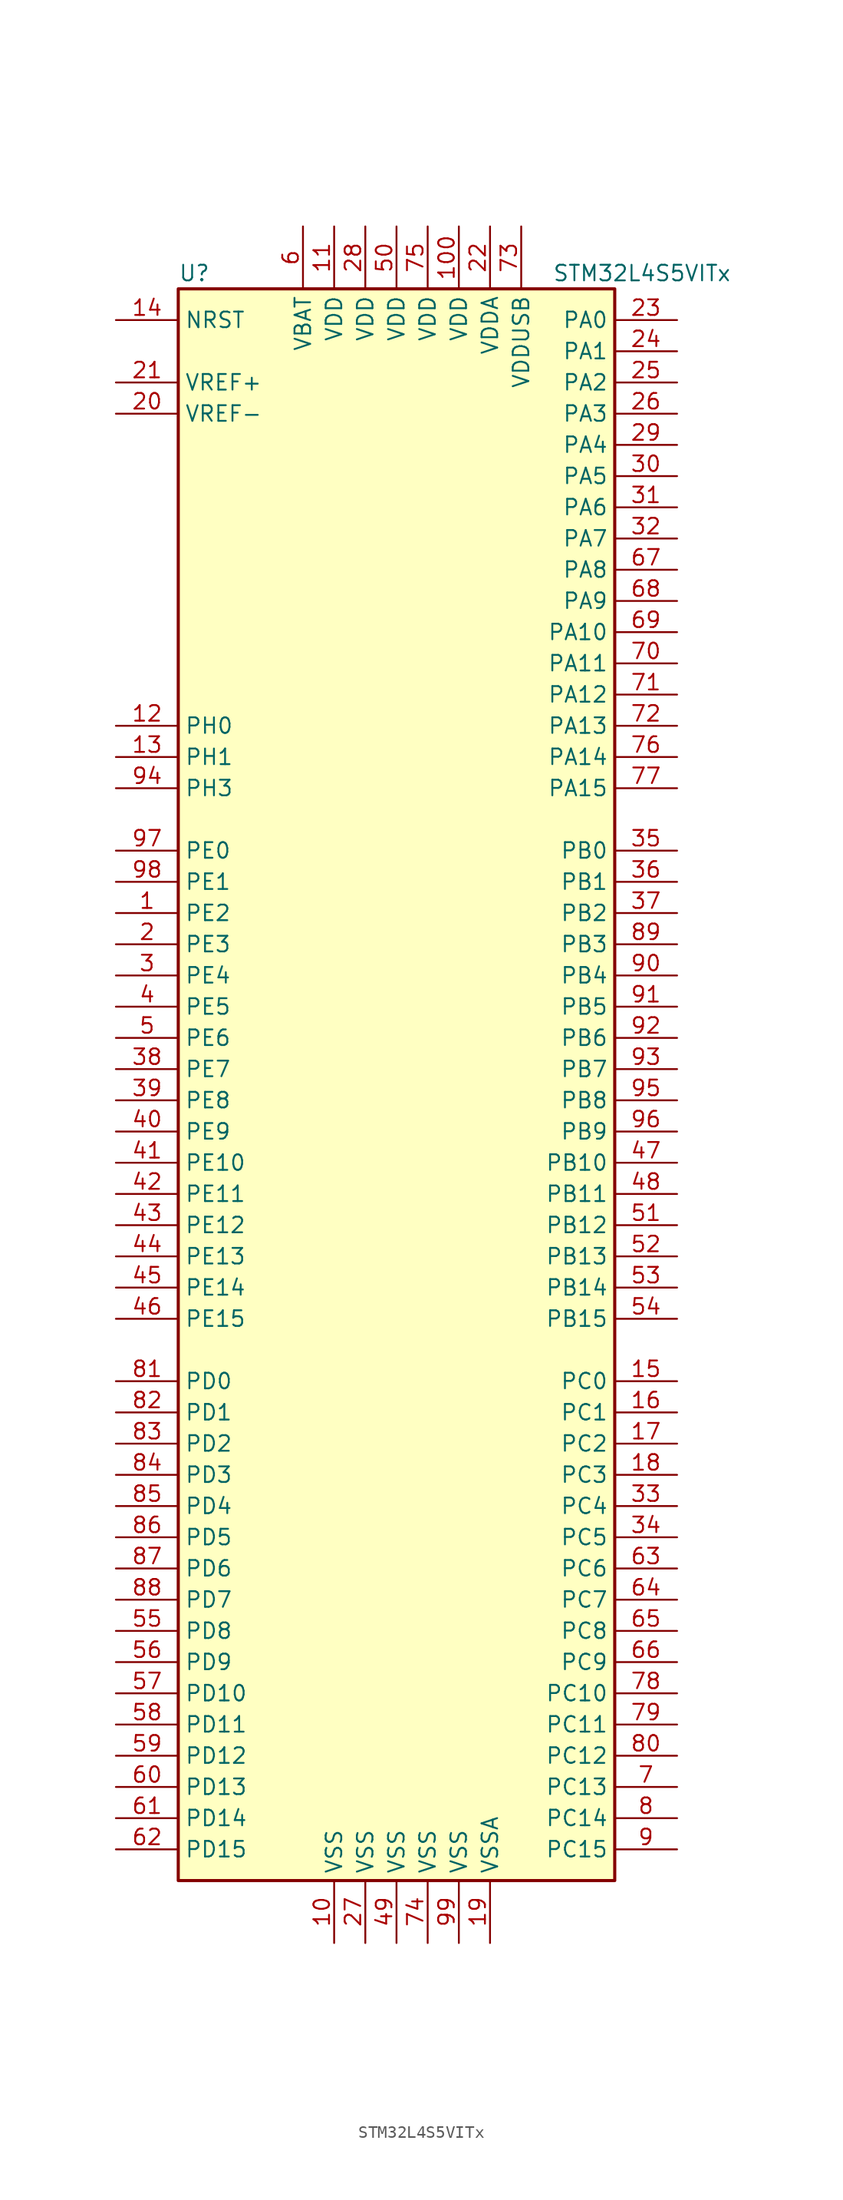
<source format=kicad_sym>
(kicad_symbol_lib
  (version 20220914)
  (generator kicad_symbol_editor)
  (symbol "STM32L4S5VITx"
    (property "Reference" "U"
      (at -17.78 64.77 0)
      (effects (font (size 1.27 1.27)) (justify left)))
    (property "Value" "STM32L4S5VITx"
      (at 12.7 64.77 0)
      (effects (font (size 1.27 1.27)) (justify left)))
    (symbol "STM32L4S5VITx_0_1"
      (rectangle (start -17.78 -66.04) (end 17.78 63.5) (stroke (width 0.254) (type default)) (fill (type background))))
    (symbol "STM32L4S5VITx_1_1"
      (pin bidirectional line (at -22.86 12.7 0) (length 5.08) (name "PE2" (effects (font (size 1.27 1.27)))) (number "1" (effects (font (size 1.27 1.27)))))
      (pin power_in line (at -5.08 -71.12 90) (length 5.08) (name "VSS" (effects (font (size 1.27 1.27)))) (number "10" (effects (font (size 1.27 1.27)))))
      (pin power_in line (at 5.08 68.58 270) (length 5.08) (name "VDD" (effects (font (size 1.27 1.27)))) (number "100" (effects (font (size 1.27 1.27)))))
      (pin power_in line (at -5.08 68.58 270) (length 5.08) (name "VDD" (effects (font (size 1.27 1.27)))) (number "11" (effects (font (size 1.27 1.27)))))
      (pin input line (at -22.86 27.94 0) (length 5.08) (name "PH0" (effects (font (size 1.27 1.27)))) (number "12" (effects (font (size 1.27 1.27)))))
      (pin input line (at -22.86 25.4 0) (length 5.08) (name "PH1" (effects (font (size 1.27 1.27)))) (number "13" (effects (font (size 1.27 1.27)))))
      (pin input line (at -22.86 60.96 0) (length 5.08) (name "NRST" (effects (font (size 1.27 1.27)))) (number "14" (effects (font (size 1.27 1.27)))))
      (pin bidirectional line (at 22.86 -25.4 180) (length 5.08) (name "PC0" (effects (font (size 1.27 1.27)))) (number "15" (effects (font (size 1.27 1.27)))))
      (pin bidirectional line (at 22.86 -27.94 180) (length 5.08) (name "PC1" (effects (font (size 1.27 1.27)))) (number "16" (effects (font (size 1.27 1.27)))))
      (pin bidirectional line (at 22.86 -30.48 180) (length 5.08) (name "PC2" (effects (font (size 1.27 1.27)))) (number "17" (effects (font (size 1.27 1.27)))))
      (pin bidirectional line (at 22.86 -33.02 180) (length 5.08) (name "PC3" (effects (font (size 1.27 1.27)))) (number "18" (effects (font (size 1.27 1.27)))))
      (pin power_in line (at 7.62 -71.12 90) (length 5.08) (name "VSSA" (effects (font (size 1.27 1.27)))) (number "19" (effects (font (size 1.27 1.27)))))
      (pin bidirectional line (at -22.86 10.16 0) (length 5.08) (name "PE3" (effects (font (size 1.27 1.27)))) (number "2" (effects (font (size 1.27 1.27)))))
      (pin power_in line (at -22.86 53.34 0) (length 5.08) (name "VREF-" (effects (font (size 1.27 1.27)))) (number "20" (effects (font (size 1.27 1.27)))))
      (pin bidirectional line (at -22.86 55.88 0) (length 5.08) (name "VREF+" (effects (font (size 1.27 1.27)))) (number "21" (effects (font (size 1.27 1.27)))))
      (pin power_in line (at 7.62 68.58 270) (length 5.08) (name "VDDA" (effects (font (size 1.27 1.27)))) (number "22" (effects (font (size 1.27 1.27)))))
      (pin bidirectional line (at 22.86 60.96 180) (length 5.08) (name "PA0" (effects (font (size 1.27 1.27)))) (number "23" (effects (font (size 1.27 1.27)))))
      (pin bidirectional line (at 22.86 58.42 180) (length 5.08) (name "PA1" (effects (font (size 1.27 1.27)))) (number "24" (effects (font (size 1.27 1.27)))))
      (pin bidirectional line (at 22.86 55.88 180) (length 5.08) (name "PA2" (effects (font (size 1.27 1.27)))) (number "25" (effects (font (size 1.27 1.27)))))
      (pin bidirectional line (at 22.86 53.34 180) (length 5.08) (name "PA3" (effects (font (size 1.27 1.27)))) (number "26" (effects (font (size 1.27 1.27)))))
      (pin power_in line (at -2.54 -71.12 90) (length 5.08) (name "VSS" (effects (font (size 1.27 1.27)))) (number "27" (effects (font (size 1.27 1.27)))))
      (pin power_in line (at -2.54 68.58 270) (length 5.08) (name "VDD" (effects (font (size 1.27 1.27)))) (number "28" (effects (font (size 1.27 1.27)))))
      (pin bidirectional line (at 22.86 50.8 180) (length 5.08) (name "PA4" (effects (font (size 1.27 1.27)))) (number "29" (effects (font (size 1.27 1.27)))))
      (pin bidirectional line (at -22.86 7.62 0) (length 5.08) (name "PE4" (effects (font (size 1.27 1.27)))) (number "3" (effects (font (size 1.27 1.27)))))
      (pin bidirectional line (at 22.86 48.26 180) (length 5.08) (name "PA5" (effects (font (size 1.27 1.27)))) (number "30" (effects (font (size 1.27 1.27)))))
      (pin bidirectional line (at 22.86 45.72 180) (length 5.08) (name "PA6" (effects (font (size 1.27 1.27)))) (number "31" (effects (font (size 1.27 1.27)))))
      (pin bidirectional line (at 22.86 43.18 180) (length 5.08) (name "PA7" (effects (font (size 1.27 1.27)))) (number "32" (effects (font (size 1.27 1.27)))))
      (pin bidirectional line (at 22.86 -35.56 180) (length 5.08) (name "PC4" (effects (font (size 1.27 1.27)))) (number "33" (effects (font (size 1.27 1.27)))))
      (pin bidirectional line (at 22.86 -38.1 180) (length 5.08) (name "PC5" (effects (font (size 1.27 1.27)))) (number "34" (effects (font (size 1.27 1.27)))))
      (pin bidirectional line (at 22.86 17.78 180) (length 5.08) (name "PB0" (effects (font (size 1.27 1.27)))) (number "35" (effects (font (size 1.27 1.27)))))
      (pin bidirectional line (at 22.86 15.24 180) (length 5.08) (name "PB1" (effects (font (size 1.27 1.27)))) (number "36" (effects (font (size 1.27 1.27)))))
      (pin bidirectional line (at 22.86 12.7 180) (length 5.08) (name "PB2" (effects (font (size 1.27 1.27)))) (number "37" (effects (font (size 1.27 1.27)))))
      (pin bidirectional line (at -22.86 0 0) (length 5.08) (name "PE7" (effects (font (size 1.27 1.27)))) (number "38" (effects (font (size 1.27 1.27)))))
      (pin bidirectional line (at -22.86 -2.54 0) (length 5.08) (name "PE8" (effects (font (size 1.27 1.27)))) (number "39" (effects (font (size 1.27 1.27)))))
      (pin bidirectional line (at -22.86 5.08 0) (length 5.08) (name "PE5" (effects (font (size 1.27 1.27)))) (number "4" (effects (font (size 1.27 1.27)))))
      (pin bidirectional line (at -22.86 -5.08 0) (length 5.08) (name "PE9" (effects (font (size 1.27 1.27)))) (number "40" (effects (font (size 1.27 1.27)))))
      (pin bidirectional line (at -22.86 -7.62 0) (length 5.08) (name "PE10" (effects (font (size 1.27 1.27)))) (number "41" (effects (font (size 1.27 1.27)))))
      (pin bidirectional line (at -22.86 -10.16 0) (length 5.08) (name "PE11" (effects (font (size 1.27 1.27)))) (number "42" (effects (font (size 1.27 1.27)))))
      (pin bidirectional line (at -22.86 -12.7 0) (length 5.08) (name "PE12" (effects (font (size 1.27 1.27)))) (number "43" (effects (font (size 1.27 1.27)))))
      (pin bidirectional line (at -22.86 -15.24 0) (length 5.08) (name "PE13" (effects (font (size 1.27 1.27)))) (number "44" (effects (font (size 1.27 1.27)))))
      (pin bidirectional line (at -22.86 -17.78 0) (length 5.08) (name "PE14" (effects (font (size 1.27 1.27)))) (number "45" (effects (font (size 1.27 1.27)))))
      (pin bidirectional line (at -22.86 -20.32 0) (length 5.08) (name "PE15" (effects (font (size 1.27 1.27)))) (number "46" (effects (font (size 1.27 1.27)))))
      (pin bidirectional line (at 22.86 -7.62 180) (length 5.08) (name "PB10" (effects (font (size 1.27 1.27)))) (number "47" (effects (font (size 1.27 1.27)))))
      (pin bidirectional line (at 22.86 -10.16 180) (length 5.08) (name "PB11" (effects (font (size 1.27 1.27)))) (number "48" (effects (font (size 1.27 1.27)))))
      (pin power_in line (at 0 -71.12 90) (length 5.08) (name "VSS" (effects (font (size 1.27 1.27)))) (number "49" (effects (font (size 1.27 1.27)))))
      (pin bidirectional line (at -22.86 2.54 0) (length 5.08) (name "PE6" (effects (font (size 1.27 1.27)))) (number "5" (effects (font (size 1.27 1.27)))))
      (pin power_in line (at 0 68.58 270) (length 5.08) (name "VDD" (effects (font (size 1.27 1.27)))) (number "50" (effects (font (size 1.27 1.27)))))
      (pin bidirectional line (at 22.86 -12.7 180) (length 5.08) (name "PB12" (effects (font (size 1.27 1.27)))) (number "51" (effects (font (size 1.27 1.27)))))
      (pin bidirectional line (at 22.86 -15.24 180) (length 5.08) (name "PB13" (effects (font (size 1.27 1.27)))) (number "52" (effects (font (size 1.27 1.27)))))
      (pin bidirectional line (at 22.86 -17.78 180) (length 5.08) (name "PB14" (effects (font (size 1.27 1.27)))) (number "53" (effects (font (size 1.27 1.27)))))
      (pin bidirectional line (at 22.86 -20.32 180) (length 5.08) (name "PB15" (effects (font (size 1.27 1.27)))) (number "54" (effects (font (size 1.27 1.27)))))
      (pin bidirectional line (at -22.86 -45.72 0) (length 5.08) (name "PD8" (effects (font (size 1.27 1.27)))) (number "55" (effects (font (size 1.27 1.27)))))
      (pin bidirectional line (at -22.86 -48.26 0) (length 5.08) (name "PD9" (effects (font (size 1.27 1.27)))) (number "56" (effects (font (size 1.27 1.27)))))
      (pin bidirectional line (at -22.86 -50.8 0) (length 5.08) (name "PD10" (effects (font (size 1.27 1.27)))) (number "57" (effects (font (size 1.27 1.27)))))
      (pin bidirectional line (at -22.86 -53.34 0) (length 5.08) (name "PD11" (effects (font (size 1.27 1.27)))) (number "58" (effects (font (size 1.27 1.27)))))
      (pin bidirectional line (at -22.86 -55.88 0) (length 5.08) (name "PD12" (effects (font (size 1.27 1.27)))) (number "59" (effects (font (size 1.27 1.27)))))
      (pin power_in line (at -7.62 68.58 270) (length 5.08) (name "VBAT" (effects (font (size 1.27 1.27)))) (number "6" (effects (font (size 1.27 1.27)))))
      (pin bidirectional line (at -22.86 -58.42 0) (length 5.08) (name "PD13" (effects (font (size 1.27 1.27)))) (number "60" (effects (font (size 1.27 1.27)))))
      (pin bidirectional line (at -22.86 -60.96 0) (length 5.08) (name "PD14" (effects (font (size 1.27 1.27)))) (number "61" (effects (font (size 1.27 1.27)))))
      (pin bidirectional line (at -22.86 -63.5 0) (length 5.08) (name "PD15" (effects (font (size 1.27 1.27)))) (number "62" (effects (font (size 1.27 1.27)))))
      (pin bidirectional line (at 22.86 -40.64 180) (length 5.08) (name "PC6" (effects (font (size 1.27 1.27)))) (number "63" (effects (font (size 1.27 1.27)))))
      (pin bidirectional line (at 22.86 -43.18 180) (length 5.08) (name "PC7" (effects (font (size 1.27 1.27)))) (number "64" (effects (font (size 1.27 1.27)))))
      (pin bidirectional line (at 22.86 -45.72 180) (length 5.08) (name "PC8" (effects (font (size 1.27 1.27)))) (number "65" (effects (font (size 1.27 1.27)))))
      (pin bidirectional line (at 22.86 -48.26 180) (length 5.08) (name "PC9" (effects (font (size 1.27 1.27)))) (number "66" (effects (font (size 1.27 1.27)))))
      (pin bidirectional line (at 22.86 40.64 180) (length 5.08) (name "PA8" (effects (font (size 1.27 1.27)))) (number "67" (effects (font (size 1.27 1.27)))))
      (pin bidirectional line (at 22.86 38.1 180) (length 5.08) (name "PA9" (effects (font (size 1.27 1.27)))) (number "68" (effects (font (size 1.27 1.27)))))
      (pin bidirectional line (at 22.86 35.56 180) (length 5.08) (name "PA10" (effects (font (size 1.27 1.27)))) (number "69" (effects (font (size 1.27 1.27)))))
      (pin bidirectional line (at 22.86 -58.42 180) (length 5.08) (name "PC13" (effects (font (size 1.27 1.27)))) (number "7" (effects (font (size 1.27 1.27)))))
      (pin bidirectional line (at 22.86 33.02 180) (length 5.08) (name "PA11" (effects (font (size 1.27 1.27)))) (number "70" (effects (font (size 1.27 1.27)))))
      (pin bidirectional line (at 22.86 30.48 180) (length 5.08) (name "PA12" (effects (font (size 1.27 1.27)))) (number "71" (effects (font (size 1.27 1.27)))))
      (pin bidirectional line (at 22.86 27.94 180) (length 5.08) (name "PA13" (effects (font (size 1.27 1.27)))) (number "72" (effects (font (size 1.27 1.27)))))
      (pin power_in line (at 10.16 68.58 270) (length 5.08) (name "VDDUSB" (effects (font (size 1.27 1.27)))) (number "73" (effects (font (size 1.27 1.27)))))
      (pin power_in line (at 2.54 -71.12 90) (length 5.08) (name "VSS" (effects (font (size 1.27 1.27)))) (number "74" (effects (font (size 1.27 1.27)))))
      (pin power_in line (at 2.54 68.58 270) (length 5.08) (name "VDD" (effects (font (size 1.27 1.27)))) (number "75" (effects (font (size 1.27 1.27)))))
      (pin bidirectional line (at 22.86 25.4 180) (length 5.08) (name "PA14" (effects (font (size 1.27 1.27)))) (number "76" (effects (font (size 1.27 1.27)))))
      (pin bidirectional line (at 22.86 22.86 180) (length 5.08) (name "PA15" (effects (font (size 1.27 1.27)))) (number "77" (effects (font (size 1.27 1.27)))))
      (pin bidirectional line (at 22.86 -50.8 180) (length 5.08) (name "PC10" (effects (font (size 1.27 1.27)))) (number "78" (effects (font (size 1.27 1.27)))))
      (pin bidirectional line (at 22.86 -53.34 180) (length 5.08) (name "PC11" (effects (font (size 1.27 1.27)))) (number "79" (effects (font (size 1.27 1.27)))))
      (pin bidirectional line (at 22.86 -60.96 180) (length 5.08) (name "PC14" (effects (font (size 1.27 1.27)))) (number "8" (effects (font (size 1.27 1.27)))))
      (pin bidirectional line (at 22.86 -55.88 180) (length 5.08) (name "PC12" (effects (font (size 1.27 1.27)))) (number "80" (effects (font (size 1.27 1.27)))))
      (pin bidirectional line (at -22.86 -25.4 0) (length 5.08) (name "PD0" (effects (font (size 1.27 1.27)))) (number "81" (effects (font (size 1.27 1.27)))))
      (pin bidirectional line (at -22.86 -27.94 0) (length 5.08) (name "PD1" (effects (font (size 1.27 1.27)))) (number "82" (effects (font (size 1.27 1.27)))))
      (pin bidirectional line (at -22.86 -30.48 0) (length 5.08) (name "PD2" (effects (font (size 1.27 1.27)))) (number "83" (effects (font (size 1.27 1.27)))))
      (pin bidirectional line (at -22.86 -33.02 0) (length 5.08) (name "PD3" (effects (font (size 1.27 1.27)))) (number "84" (effects (font (size 1.27 1.27)))))
      (pin bidirectional line (at -22.86 -35.56 0) (length 5.08) (name "PD4" (effects (font (size 1.27 1.27)))) (number "85" (effects (font (size 1.27 1.27)))))
      (pin bidirectional line (at -22.86 -38.1 0) (length 5.08) (name "PD5" (effects (font (size 1.27 1.27)))) (number "86" (effects (font (size 1.27 1.27)))))
      (pin bidirectional line (at -22.86 -40.64 0) (length 5.08) (name "PD6" (effects (font (size 1.27 1.27)))) (number "87" (effects (font (size 1.27 1.27)))))
      (pin bidirectional line (at -22.86 -43.18 0) (length 5.08) (name "PD7" (effects (font (size 1.27 1.27)))) (number "88" (effects (font (size 1.27 1.27)))))
      (pin bidirectional line (at 22.86 10.16 180) (length 5.08) (name "PB3" (effects (font (size 1.27 1.27)))) (number "89" (effects (font (size 1.27 1.27)))))
      (pin bidirectional line (at 22.86 -63.5 180) (length 5.08) (name "PC15" (effects (font (size 1.27 1.27)))) (number "9" (effects (font (size 1.27 1.27)))))
      (pin bidirectional line (at 22.86 7.62 180) (length 5.08) (name "PB4" (effects (font (size 1.27 1.27)))) (number "90" (effects (font (size 1.27 1.27)))))
      (pin bidirectional line (at 22.86 5.08 180) (length 5.08) (name "PB5" (effects (font (size 1.27 1.27)))) (number "91" (effects (font (size 1.27 1.27)))))
      (pin bidirectional line (at 22.86 2.54 180) (length 5.08) (name "PB6" (effects (font (size 1.27 1.27)))) (number "92" (effects (font (size 1.27 1.27)))))
      (pin bidirectional line (at 22.86 0 180) (length 5.08) (name "PB7" (effects (font (size 1.27 1.27)))) (number "93" (effects (font (size 1.27 1.27)))))
      (pin bidirectional line (at -22.86 22.86 0) (length 5.08) (name "PH3" (effects (font (size 1.27 1.27)))) (number "94" (effects (font (size 1.27 1.27)))))
      (pin bidirectional line (at 22.86 -2.54 180) (length 5.08) (name "PB8" (effects (font (size 1.27 1.27)))) (number "95" (effects (font (size 1.27 1.27)))))
      (pin bidirectional line (at 22.86 -5.08 180) (length 5.08) (name "PB9" (effects (font (size 1.27 1.27)))) (number "96" (effects (font (size 1.27 1.27)))))
      (pin bidirectional line (at -22.86 17.78 0) (length 5.08) (name "PE0" (effects (font (size 1.27 1.27)))) (number "97" (effects (font (size 1.27 1.27)))))
      (pin bidirectional line (at -22.86 15.24 0) (length 5.08) (name "PE1" (effects (font (size 1.27 1.27)))) (number "98" (effects (font (size 1.27 1.27)))))
      (pin power_in line (at 5.08 -71.12 90) (length 5.08) (name "VSS" (effects (font (size 1.27 1.27)))) (number "99" (effects (font (size 1.27 1.27))))))))
</source>
